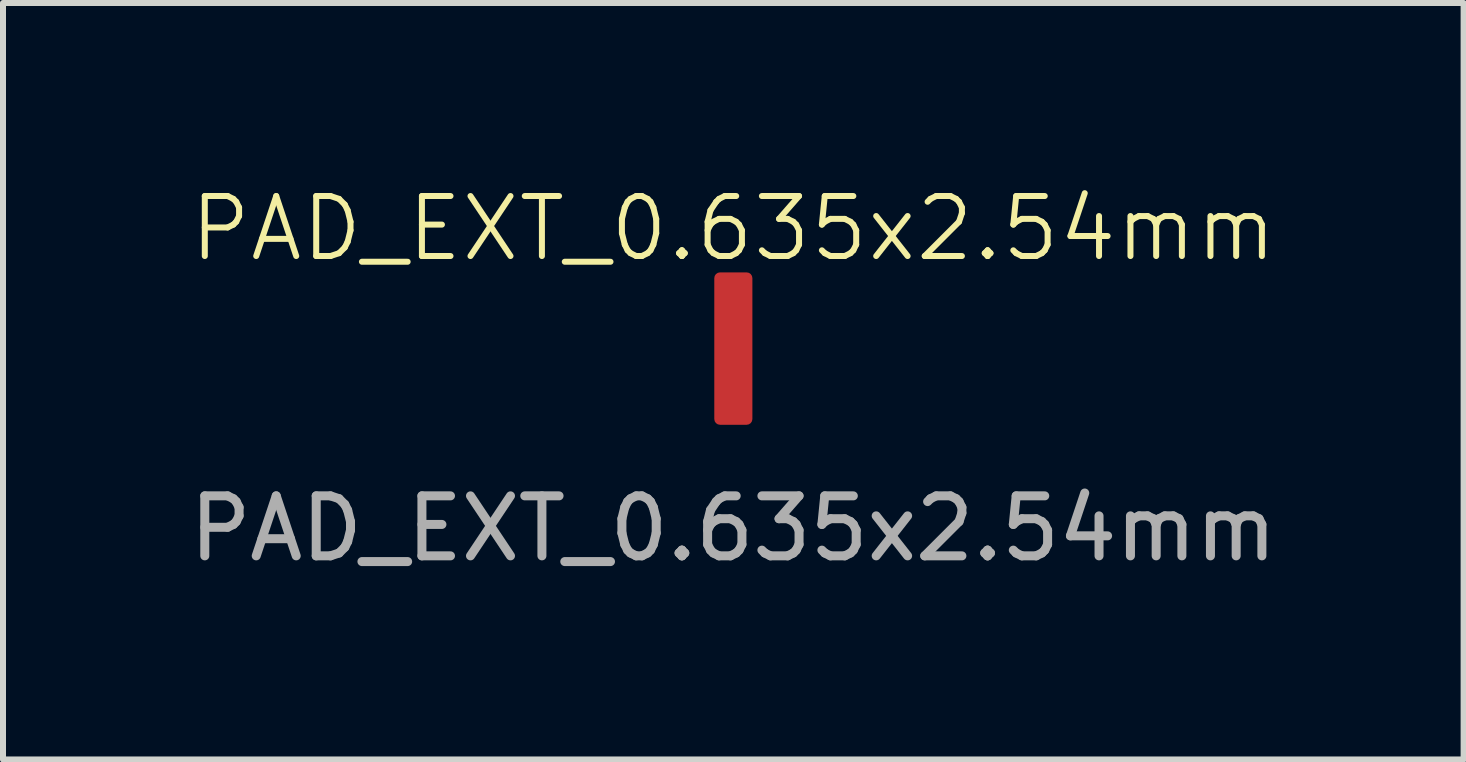
<source format=kicad_pcb>
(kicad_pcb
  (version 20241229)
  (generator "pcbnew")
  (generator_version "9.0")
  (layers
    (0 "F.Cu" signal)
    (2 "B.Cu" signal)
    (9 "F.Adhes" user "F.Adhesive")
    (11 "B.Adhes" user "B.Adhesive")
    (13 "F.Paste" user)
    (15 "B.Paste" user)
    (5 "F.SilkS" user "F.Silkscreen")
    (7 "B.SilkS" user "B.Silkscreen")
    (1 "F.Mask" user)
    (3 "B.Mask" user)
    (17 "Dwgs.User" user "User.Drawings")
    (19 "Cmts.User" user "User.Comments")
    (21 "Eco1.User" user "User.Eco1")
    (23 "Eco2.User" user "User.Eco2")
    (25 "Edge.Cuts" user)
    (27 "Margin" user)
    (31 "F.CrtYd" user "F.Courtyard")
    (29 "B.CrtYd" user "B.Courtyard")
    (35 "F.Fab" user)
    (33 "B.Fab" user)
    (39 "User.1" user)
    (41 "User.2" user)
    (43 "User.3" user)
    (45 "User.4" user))
  (footprint "PAD_EXT_0.635x2.54mm"
    (layer "F.Cu")
    (at 9.173 2.76)
    (property "Reference" "PAD_EXT_0.635x2.54mm" (at 0 -2 0) (unlocked yes) (layer "F.SilkS") (effects (font (size 1 1) (thickness 0.1))))
    (attr smd)
    (fp_text user "${REFERENCE}" (at 0 3 0) (unlocked yes) (layer "F.Fab") (effects (font (size 1 1) (thickness 0.15))))
    (pad "1" smd roundrect (at 0 0) (size 0.635 2.54) (layers "F.Cu" "F.Mask" "F.Paste") (roundrect_rratio 0.15)))
  (gr_rect
    (start -3 -3)
    (end 21.345 9.609)
    (stroke (width 0.1) (type default))
    (fill no)
    (layer "Edge.Cuts")))
</source>
